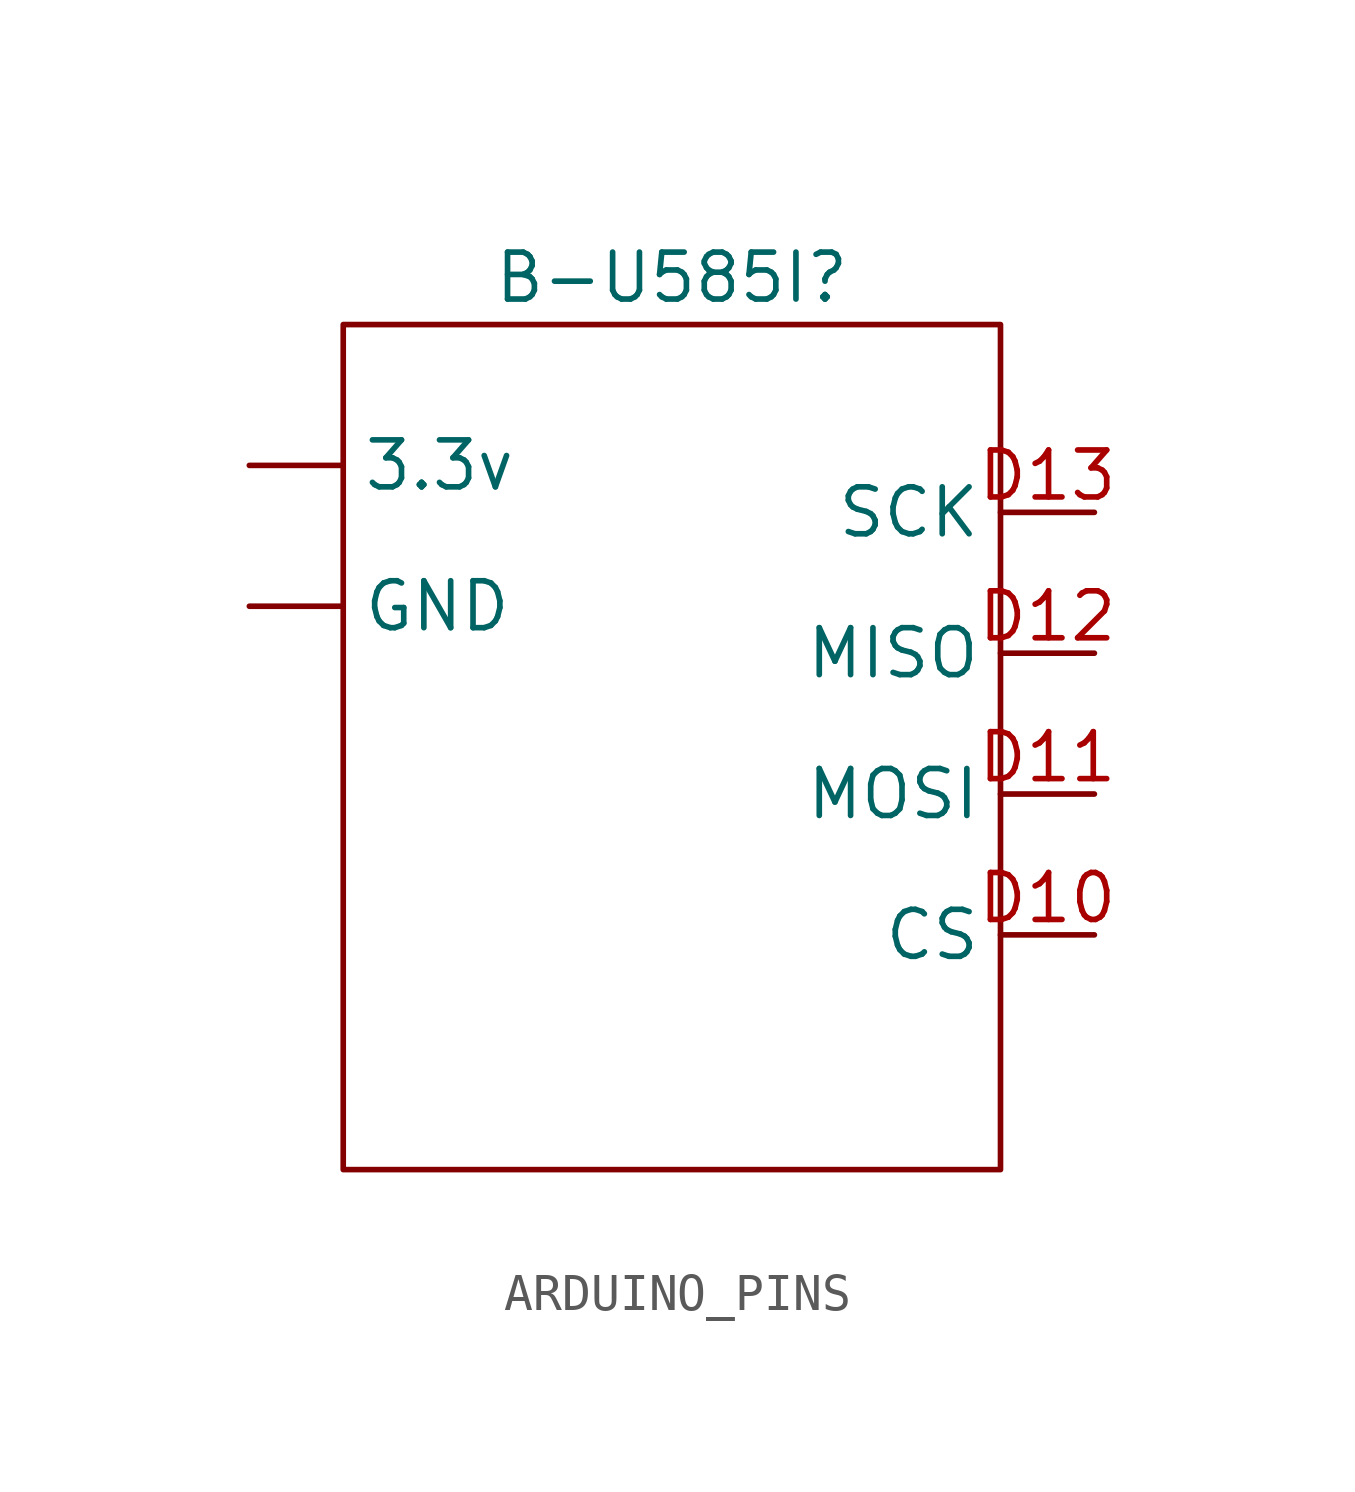
<source format=kicad_sym>
(kicad_symbol_lib
  (version 20220914)
  (generator kicad_symbol_editor)
  (symbol "ARDUINO_PINS"
    (property "Reference" "B-U585I"
      (at 1.27 0 0)
      (effects (font (size 1.27 1.27))))
    (property "Value" ""
      (at 0 0 0)
      (effects (font (size 1.27 1.27))))
    (symbol "ARDUINO_PINS_0_1"
      (rectangle (start -7.62 -1.27) (end 10.16 -24.13) (stroke (width 0) (type default)) (fill (type none))))
    (symbol "ARDUINO_PINS_1_1"
      (pin output line (at -10.16 -5.08 0) (length 2.54) (name "3.3v" (effects (font (size 1.27 1.27)))) (number "" (effects (font (size 1.27 1.27)))))
      (pin output line (at -10.16 -8.89 0) (length 2.54) (name "GND" (effects (font (size 1.27 1.27)))) (number "" (effects (font (size 1.27 1.27)))))
      (pin output line (at 12.7 -17.78 180) (length 2.54) (name "CS" (effects (font (size 1.27 1.27)))) (number "D10" (effects (font (size 1.27 1.27)))))
      (pin input line (at 12.7 -13.97 180) (length 2.54) (name "MOSI" (effects (font (size 1.27 1.27)))) (number "D11" (effects (font (size 1.27 1.27)))))
      (pin output line (at 12.7 -10.16 180) (length 2.54) (name "MISO" (effects (font (size 1.27 1.27)))) (number "D12" (effects (font (size 1.27 1.27)))))
      (pin output line (at 12.7 -6.35 180) (length 2.54) (name "SCK" (effects (font (size 1.27 1.27)))) (number "D13" (effects (font (size 1.27 1.27))))))))
</source>
